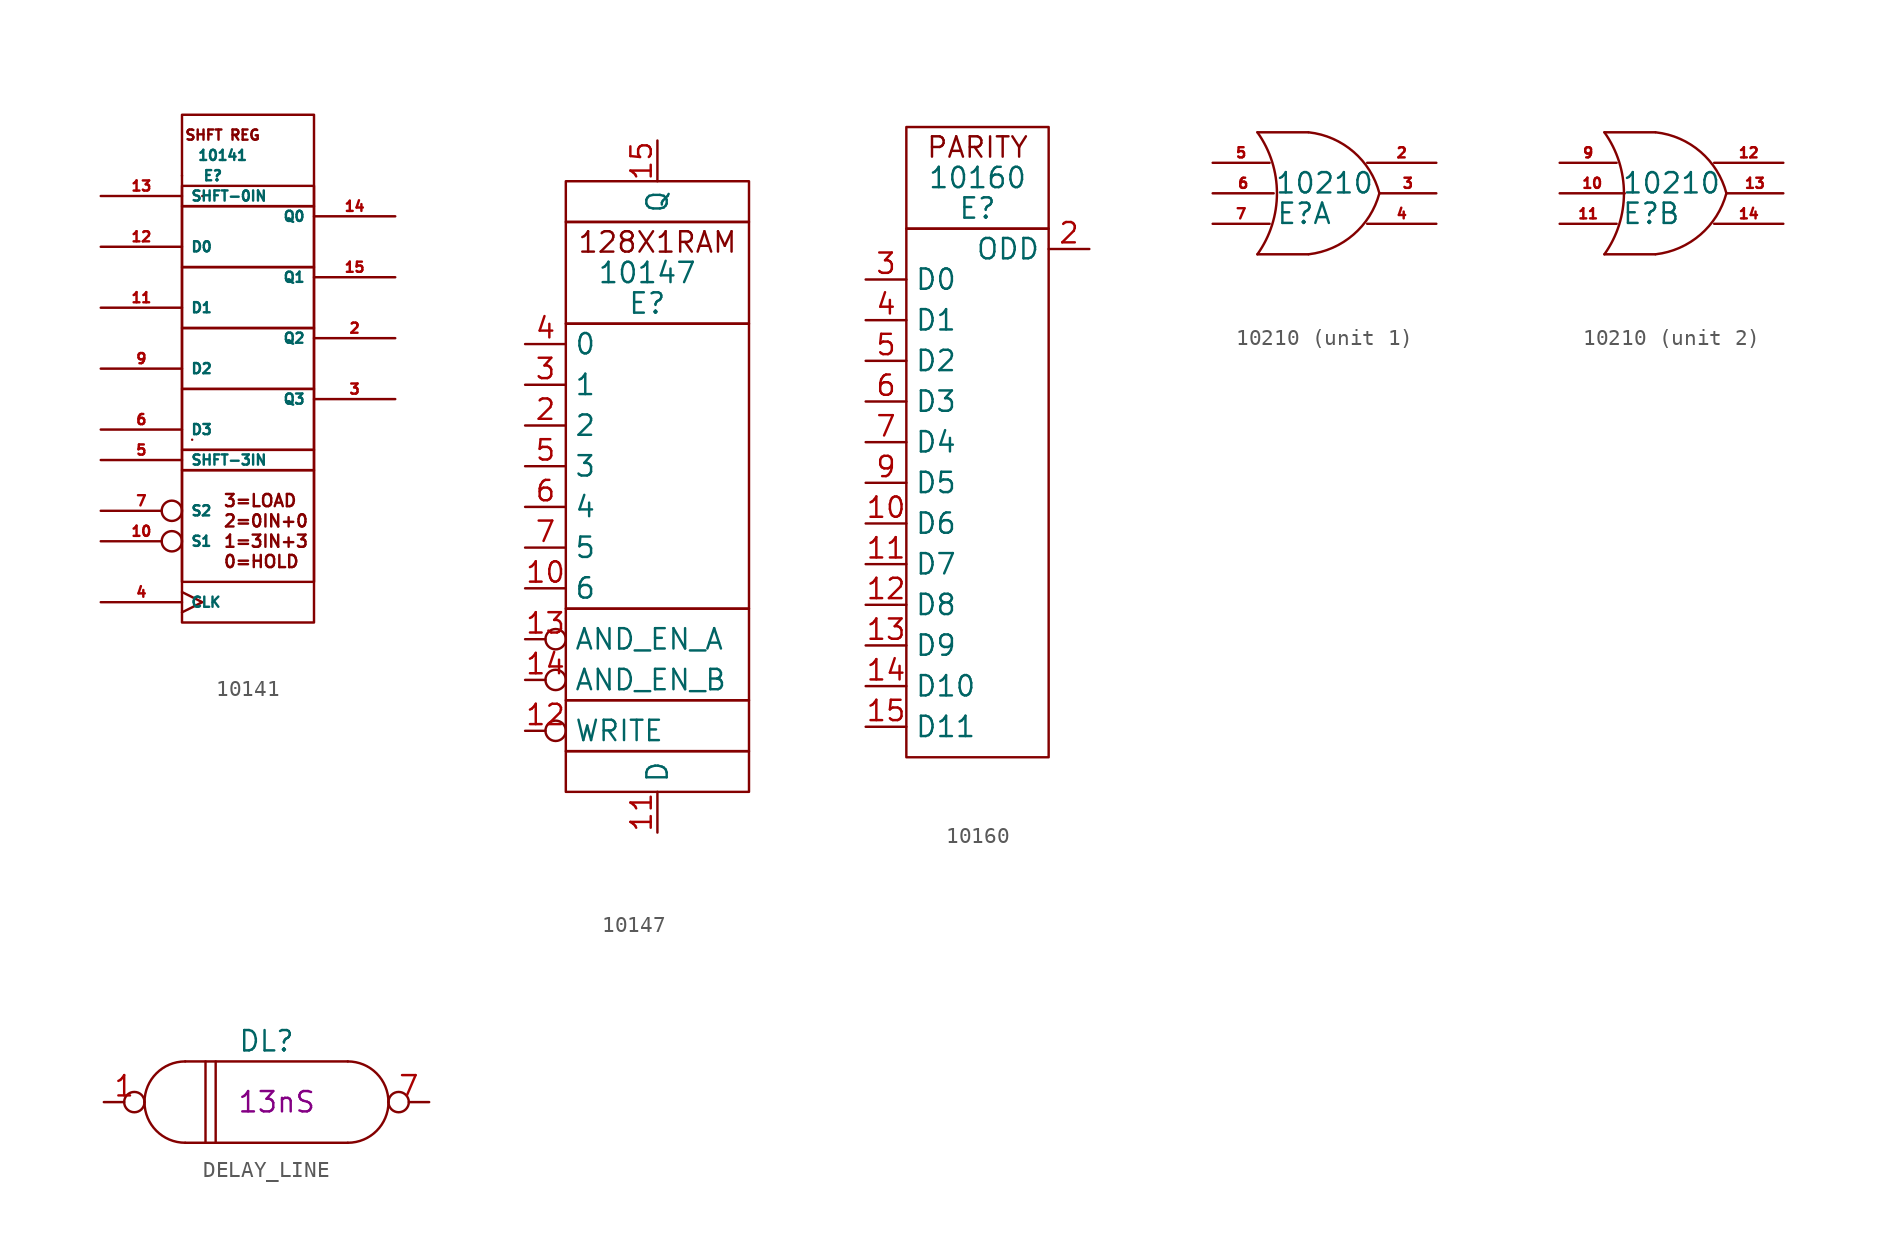
<source format=kicad_sym>
(kicad_symbol_lib
  (version 20211014)
  (generator kicad_symbol_editor)
  (symbol "10141"
    (property "Reference" "E"
      (at 1.27 0 0)
      (effects (font (size 0.635 0.635)) (justify left)))
    (property "Value" "10141"
      (at 2.54 1.27 0)
      (effects (font (size 0.635 0.635))))
    (symbol "10141_0_0"
      (rectangle (start 0 0) (end 0 0) (stroke (width 0) (type default) (color 0 0 0 0)) (fill (type none)))
      (rectangle (start 1.27 -1.27) (end 1.27 -1.27) (stroke (width 0) (type default) (color 0 0 0 0)) (fill (type none)))
      (text "0=HOLD" (at 2.54 -24.13 0) (effects (font (size 0.762 0.762)) (justify left)))
      (text "1=3IN+3" (at 2.54 -22.86 0) (effects (font (size 0.762 0.762)) (justify left)))
      (text "2=0IN+0" (at 2.54 -21.59 0) (effects (font (size 0.762 0.762)) (justify left)))
      (text "3=LOAD" (at 2.54 -20.32 0) (effects (font (size 0.762 0.762)) (justify left)))
      (text "SHFT REG" (at 2.54 2.54 0) (effects (font (size 0.635 0.635)))))
    (symbol "10141_0_1"
      (rectangle (start 0 -18.415) (end 8.255 -25.4) (stroke (width 0) (type default) (color 0 0 0 0)) (fill (type none)))
      (rectangle (start 0 -17.145) (end 8.255 -18.415) (stroke (width 0) (type default) (color 0 0 0 0)) (fill (type none)))
      (rectangle (start 0 -13.335) (end 8.255 -17.145) (stroke (width 0) (type default) (color 0 0 0 0)) (fill (type none)))
      (rectangle (start 0 -9.525) (end 8.255 -13.335) (stroke (width 0) (type default) (color 0 0 0 0)) (fill (type none)))
      (rectangle (start 0 -5.715) (end 8.255 -9.525) (stroke (width 0) (type default) (color 0 0 0 0)) (fill (type none)))
      (rectangle (start 0 -1.905) (end 8.255 -5.715) (stroke (width 0) (type default) (color 0 0 0 0)) (fill (type none)))
      (rectangle (start 0 -0.635) (end 8.255 -1.905) (stroke (width 0) (type default) (color 0 0 0 0)) (fill (type none)))
      (rectangle (start 0 3.81) (end 8.255 -27.94) (stroke (width 0) (type default) (color 0 0 0 0)) (fill (type none)))
      (rectangle (start 0.635 -16.51) (end 0.635 -16.51) (stroke (width 0) (type default) (color 0 0 0 0)) (fill (type none))))
    (symbol "10141_1_1"
      (pin input inverted (at -5.08 -22.86 0) (length 5.08) (name "S1" (effects (font (size 0.635 0.635)))) (number "10" (effects (font (size 0.635 0.635)))))
      (pin input line (at -5.08 -8.255 0) (length 5.08) (name "D1" (effects (font (size 0.635 0.635)))) (number "11" (effects (font (size 0.635 0.635)))))
      (pin input line (at -5.08 -4.445 0) (length 5.08) (name "D0" (effects (font (size 0.635 0.635)))) (number "12" (effects (font (size 0.635 0.635)))))
      (pin input line (at -5.08 -1.27 0) (length 5.08) (name "SHFT-0IN" (effects (font (size 0.635 0.635)))) (number "13" (effects (font (size 0.635 0.635)))))
      (pin output line (at 13.335 -2.54 180) (length 5.08) (name "Q0" (effects (font (size 0.635 0.635)))) (number "14" (effects (font (size 0.635 0.635)))))
      (pin output line (at 13.335 -6.35 180) (length 5.08) (name "Q1" (effects (font (size 0.635 0.635)))) (number "15" (effects (font (size 0.635 0.635)))))
      (pin output line (at 13.335 -10.16 180) (length 5.08) (name "Q2" (effects (font (size 0.635 0.635)))) (number "2" (effects (font (size 0.635 0.635)))))
      (pin output line (at 13.335 -13.97 180) (length 5.08) (name "Q3" (effects (font (size 0.635 0.635)))) (number "3" (effects (font (size 0.635 0.635)))))
      (pin input clock (at -5.08 -26.67 0) (length 5.08) (name "CLK" (effects (font (size 0.635 0.635)))) (number "4" (effects (font (size 0.635 0.635)))))
      (pin input line (at -5.08 -17.78 0) (length 5.08) (name "SHFT-3IN" (effects (font (size 0.635 0.635)))) (number "5" (effects (font (size 0.635 0.635)))))
      (pin input line (at -5.08 -15.875 0) (length 5.08) (name "D3" (effects (font (size 0.635 0.635)))) (number "6" (effects (font (size 0.635 0.635)))))
      (pin input inverted (at -5.08 -20.955 0) (length 5.08) (name "S2" (effects (font (size 0.635 0.635)))) (number "7" (effects (font (size 0.635 0.635)))))
      (pin input line (at -5.08 -12.065 0) (length 5.08) (name "D2" (effects (font (size 0.635 0.635)))) (number "9" (effects (font (size 0.635 0.635)))))))
  (symbol "10147"
    (property "Reference" "E"
      (at 0 0 0)
      (effects (font (size 1.27 1.27))))
    (property "Value" "10147"
      (at 0 1.905 0)
      (effects (font (size 1.27 1.27))))
    (symbol "10147_0_0"
      (rectangle (start -5.08 -27.94) (end 6.35 -30.48) (stroke (width 0) (type default) (color 0 0 0 0)) (fill (type none)))
      (rectangle (start -5.08 -24.765) (end 6.35 -27.94) (stroke (width 0) (type default) (color 0 0 0 0)) (fill (type none)))
      (rectangle (start -5.08 -19.05) (end 6.35 -24.765) (stroke (width 0) (type default) (color 0 0 0 0)) (fill (type none)))
      (rectangle (start -5.08 -1.27) (end 6.35 -19.05) (stroke (width 0) (type default) (color 0 0 0 0)) (fill (type none)))
      (rectangle (start -5.08 5.08) (end 6.35 -1.27) (stroke (width 0) (type default) (color 0 0 0 0)) (fill (type none)))
      (rectangle (start -5.08 7.62) (end 6.35 5.08) (stroke (width 0) (type default) (color 0 0 0 0)) (fill (type none)))
      (text "128X1RAM" (at 0.635 3.81 0) (effects (font (size 1.27 1.27)))))
    (symbol "10147_1_1"
      (pin input line (at -7.62 -17.78 0) (length 2.54) (name "6" (effects (font (size 1.27 1.27)))) (number "10" (effects (font (size 1.27 1.27)))))
      (pin input line (at 0.635 -33.02 90) (length 2.54) (name "D" (effects (font (size 1.27 1.27)))) (number "11" (effects (font (size 1.27 1.27)))))
      (pin input inverted (at -7.62 -26.67 0) (length 2.54) (name "WRITE" (effects (font (size 1.27 1.27)))) (number "12" (effects (font (size 1.27 1.27)))))
      (pin input inverted (at -7.62 -20.955 0) (length 2.54) (name "AND_EN_A" (effects (font (size 1.27 1.27)))) (number "13" (effects (font (size 1.27 1.27)))))
      (pin input inverted (at -7.62 -23.495 0) (length 2.54) (name "AND_EN_B" (effects (font (size 1.27 1.27)))) (number "14" (effects (font (size 1.27 1.27)))))
      (pin output line (at 0.635 10.16 270) (length 2.54) (name "Q" (effects (font (size 1.27 1.27)))) (number "15" (effects (font (size 1.27 1.27)))))
      (pin input line (at -7.62 -7.62 0) (length 2.54) (name "2" (effects (font (size 1.27 1.27)))) (number "2" (effects (font (size 1.27 1.27)))))
      (pin input line (at -7.62 -5.08 0) (length 2.54) (name "1" (effects (font (size 1.27 1.27)))) (number "3" (effects (font (size 1.27 1.27)))))
      (pin input line (at -7.62 -2.54 0) (length 2.54) (name "0" (effects (font (size 1.27 1.27)))) (number "4" (effects (font (size 1.27 1.27)))))
      (pin input line (at -7.62 -10.16 0) (length 2.54) (name "3" (effects (font (size 1.27 1.27)))) (number "5" (effects (font (size 1.27 1.27)))))
      (pin input line (at -7.62 -12.7 0) (length 2.54) (name "4" (effects (font (size 1.27 1.27)))) (number "6" (effects (font (size 1.27 1.27)))))
      (pin input line (at -7.62 -15.24 0) (length 2.54) (name "5" (effects (font (size 1.27 1.27)))) (number "7" (effects (font (size 1.27 1.27)))))))
  (symbol "10160"
    (property "Reference" "E"
      (at 0 0 0)
      (effects (font (size 1.27 1.27))))
    (property "Value" "10160"
      (at 0 1.905 0)
      (effects (font (size 1.27 1.27))))
    (symbol "10160_0_0"
      (rectangle (start -4.445 -1.27) (end 4.445 -34.29) (stroke (width 0) (type default) (color 0 0 0 0)) (fill (type none)))
      (rectangle (start -4.445 5.08) (end 4.445 -1.27) (stroke (width 0) (type default) (color 0 0 0 0)) (fill (type none)))
      (text "PARITY" (at 0 3.81 0) (effects (font (size 1.27 1.27)))))
    (symbol "10160_1_1"
      (pin input line (at -6.985 -19.685 0) (length 2.54) (name "D6" (effects (font (size 1.27 1.27)))) (number "10" (effects (font (size 1.27 1.27)))))
      (pin input line (at -6.985 -22.225 0) (length 2.54) (name "D7" (effects (font (size 1.27 1.27)))) (number "11" (effects (font (size 1.27 1.27)))))
      (pin input line (at -6.985 -24.765 0) (length 2.54) (name "D8" (effects (font (size 1.27 1.27)))) (number "12" (effects (font (size 1.27 1.27)))))
      (pin input line (at -6.985 -27.305 0) (length 2.54) (name "D9" (effects (font (size 1.27 1.27)))) (number "13" (effects (font (size 1.27 1.27)))))
      (pin input line (at -6.985 -29.845 0) (length 2.54) (name "D10" (effects (font (size 1.27 1.27)))) (number "14" (effects (font (size 1.27 1.27)))))
      (pin input line (at -6.985 -32.385 0) (length 2.54) (name "D11" (effects (font (size 1.27 1.27)))) (number "15" (effects (font (size 1.27 1.27)))))
      (pin output line (at 6.985 -2.54 180) (length 2.54) (name "ODD" (effects (font (size 1.27 1.27)))) (number "2" (effects (font (size 1.27 1.27)))))
      (pin input line (at -6.985 -4.445 0) (length 2.54) (name "D0" (effects (font (size 1.27 1.27)))) (number "3" (effects (font (size 1.27 1.27)))))
      (pin input line (at -6.985 -6.985 0) (length 2.54) (name "D1" (effects (font (size 1.27 1.27)))) (number "4" (effects (font (size 1.27 1.27)))))
      (pin input line (at -6.985 -9.525 0) (length 2.54) (name "D2" (effects (font (size 1.27 1.27)))) (number "5" (effects (font (size 1.27 1.27)))))
      (pin input line (at -6.985 -12.065 0) (length 2.54) (name "D3" (effects (font (size 1.27 1.27)))) (number "6" (effects (font (size 1.27 1.27)))))
      (pin input line (at -6.985 -14.605 0) (length 2.54) (name "D4" (effects (font (size 1.27 1.27)))) (number "7" (effects (font (size 1.27 1.27)))))
      (pin input line (at -6.985 -17.145 0) (length 2.54) (name "D5" (effects (font (size 1.27 1.27)))) (number "9" (effects (font (size 1.27 1.27)))))))
  (symbol "10210"
    (pin_names hide)
    (property "Reference" "E"
      (at -1.27 -1.905 0)
      (effects (font (size 1.27 1.27))))
    (property "Value" "10210"
      (at 0 0 0)
      (effects (font (size 1.27 1.27))))
    (symbol "10210_0_0"
      (pin power_in line (at -3.175 5.715 270) (length 2.54) hide (name "VCC1" (effects (font (size 0.635 0.635)))) (number "1" (effects (font (size 0.635 0.635)))))
      (pin power_in line (at 1.905 5.715 270) (length 3.556) hide (name "VCC2" (effects (font (size 0.635 0.635)))) (number "16" (effects (font (size 0.635 0.635)))))
      (pin passive line (at -1.905 -6.985 90) (length 2.54) hide (name "VEE" (effects (font (size 0.635 0.635)))) (number "8" (effects (font (size 0.635 0.635))))))
    (symbol "10210_0_1"
      (arc (start -4.1912 -4.445) (mid -2.9702 -0.635) (end -4.1912 3.175) (stroke (width 0) (type default) (color 0 0 0 0)) (fill (type none)))
      (arc (start -0.9908 -4.445) (mid 1.8043 -3.219) (end 3.4288 -0.635) (stroke (width 0) (type default) (color 0 0 0 0)) (fill (type none)))
      (polyline (pts (xy -4.191 -4.445) (xy -1.016 -4.445)) (stroke (width 0) (type default) (color 0 0 0 0)) (fill (type none)))
      (polyline (pts (xy -4.191 3.175) (xy -1.016 3.175)) (stroke (width 0) (type default) (color 0 0 0 0)) (fill (type none)))
      (arc (start 3.4288 -0.635) (mid 1.8116 1.9575) (end -0.9908 3.175) (stroke (width 0) (type default) (color 0 0 0 0)) (fill (type none))))
    (symbol "10210_1_1"
      (pin output line (at 6.985 1.27 180) (length 4.318) (name "Aout1" (effects (font (size 0.635 0.635)))) (number "2" (effects (font (size 0.635 0.635)))))
      (pin output line (at 6.985 -0.635 180) (length 3.556) (name "Aout2" (effects (font (size 0.635 0.635)))) (number "3" (effects (font (size 0.635 0.635)))))
      (pin output line (at 6.985 -2.54 180) (length 4.318) (name "Aout3" (effects (font (size 0.635 0.635)))) (number "4" (effects (font (size 0.635 0.635)))))
      (pin input line (at -6.985 1.27 0) (length 3.556) (name "Ain1" (effects (font (size 0.635 0.635)))) (number "5" (effects (font (size 0.635 0.635)))))
      (pin output line (at -6.985 -0.635 0) (length 3.81) (name "Ain2" (effects (font (size 0.635 0.635)))) (number "6" (effects (font (size 0.635 0.635)))))
      (pin input line (at -6.985 -2.54 0) (length 3.556) (name "Ain3" (effects (font (size 0.635 0.635)))) (number "7" (effects (font (size 0.635 0.635))))))
    (symbol "10210_2_1"
      (pin input line (at -6.985 -0.635 0) (length 4.064) (name "Bin2" (effects (font (size 0.635 0.635)))) (number "10" (effects (font (size 0.635 0.635)))))
      (pin input line (at -6.985 -2.54 0) (length 3.556) (name "Bin3" (effects (font (size 0.635 0.635)))) (number "11" (effects (font (size 0.635 0.635)))))
      (pin output line (at 6.985 1.27 180) (length 4.318) (name "Bout1" (effects (font (size 0.635 0.635)))) (number "12" (effects (font (size 0.635 0.635)))))
      (pin output line (at 6.985 -0.635 180) (length 3.556) (name "Bout2" (effects (font (size 0.635 0.635)))) (number "13" (effects (font (size 0.635 0.635)))))
      (pin output line (at 6.985 -2.54 180) (length 4.318) (name "Bout3" (effects (font (size 0.635 0.635)))) (number "14" (effects (font (size 0.635 0.635)))))
      (pin input line (at -6.985 1.27 0) (length 3.556) (name "Bin1" (effects (font (size 0.635 0.635)))) (number "9" (effects (font (size 0.635 0.635)))))))
  (symbol "DELAY_LINE"
    (pin_names hide)
    (property "Reference" "DL"
      (at 0 0.635 0)
      (effects (font (size 1.27 1.27))))
    (property "Delay" "13nS"
      (at 0.635 -3.175 0)
      (effects (font (size 1.27 1.27))))
    (symbol "DELAY_LINE_0_1"
      (arc (start -7.62 -3.175) (mid -6.8761 -4.9711) (end -5.08 -5.715) (stroke (width 0) (type default) (color 0 0 0 0)) (fill (type none)))
      (arc (start -5.08 -0.635) (mid -6.8761 -1.3789) (end -7.62 -3.175) (stroke (width 0) (type default) (color 0 0 0 0)) (fill (type none)))
      (polyline (pts (xy -5.08 -5.715) (xy 5.08 -5.715)) (stroke (width 0) (type default) (color 0 0 0 0)) (fill (type none)))
      (polyline (pts (xy -5.08 -0.635) (xy 5.08 -0.635)) (stroke (width 0) (type default) (color 0 0 0 0)) (fill (type none)))
      (polyline (pts (xy -3.81 -0.635) (xy -3.81 -5.715)) (stroke (width 0) (type default) (color 0 0 0 0)) (fill (type none)))
      (polyline (pts (xy -3.175 -0.635) (xy -3.175 -5.715)) (stroke (width 0) (type default) (color 0 0 0 0)) (fill (type none)))
      (arc (start 5.08 -5.715) (mid 6.8761 -4.9711) (end 7.62 -3.175) (stroke (width 0) (type default) (color 0 0 0 0)) (fill (type none)))
      (arc (start 7.62 -3.175) (mid 6.8761 -1.3789) (end 5.08 -0.635) (stroke (width 0) (type default) (color 0 0 0 0)) (fill (type none))))
    (symbol "DELAY_LINE_1_1"
      (pin input inverted (at -10.16 -3.175 0) (length 2.54) (name "IN" (effects (font (size 1.27 1.27)))) (number "1" (effects (font (size 1.27 1.27)))))
      (pin output inverted (at 10.16 -3.175 180) (length 2.54) (name "OUT" (effects (font (size 1.27 1.27)))) (number "7" (effects (font (size 1.27 1.27))))))))
</source>
